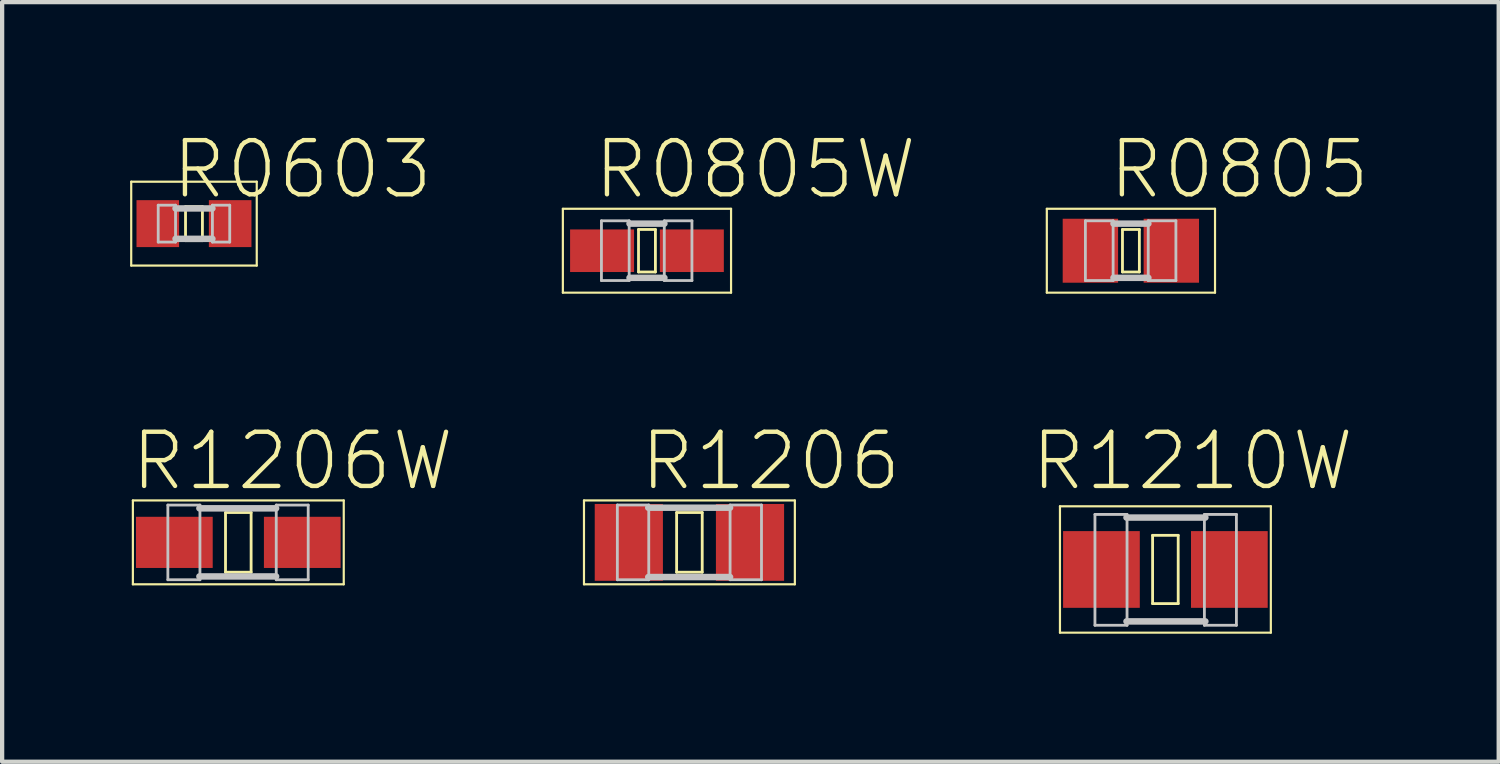
<source format=kicad_pcb>
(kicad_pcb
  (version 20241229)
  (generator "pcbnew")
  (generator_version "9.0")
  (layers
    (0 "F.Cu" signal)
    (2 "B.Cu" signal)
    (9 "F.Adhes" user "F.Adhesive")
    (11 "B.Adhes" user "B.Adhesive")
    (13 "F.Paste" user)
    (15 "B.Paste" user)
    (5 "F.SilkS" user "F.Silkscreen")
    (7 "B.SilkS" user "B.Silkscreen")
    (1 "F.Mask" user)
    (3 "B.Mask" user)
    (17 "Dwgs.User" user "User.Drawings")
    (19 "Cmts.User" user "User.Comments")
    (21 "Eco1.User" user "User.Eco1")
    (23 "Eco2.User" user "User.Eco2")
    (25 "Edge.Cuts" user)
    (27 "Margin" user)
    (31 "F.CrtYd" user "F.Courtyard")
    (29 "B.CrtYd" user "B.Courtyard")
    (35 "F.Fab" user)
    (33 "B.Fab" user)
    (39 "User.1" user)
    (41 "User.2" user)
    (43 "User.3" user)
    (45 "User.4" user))
  (footprint "R1206"
    (layer "F.Cu")
    (at 13.107 9.661)
    (property "Reference" "R1206" (at 1.905 -1.905 0) (layer "F.SilkS") (effects (font (size 1.27 1.27) (thickness 0.102))))
    (attr smd)
    (fp_line (start -2.471 -0.983) (end 2.471 -0.983) (stroke (width 0.051) (type solid)) (layer "F.SilkS"))
    (fp_line (start -2.471 0.983) (end -2.471 -0.983) (stroke (width 0.051) (type solid)) (layer "F.SilkS"))
    (fp_line (start -0.3 -0.699) (end 0.3 -0.699) (stroke (width 0.066) (type solid)) (layer "F.SilkS"))
    (fp_line (start -0.3 0.699) (end -0.3 -0.699) (stroke (width 0.066) (type solid)) (layer "F.SilkS"))
    (fp_line (start -0.3 0.699) (end 0.3 0.699) (stroke (width 0.066) (type solid)) (layer "F.SilkS"))
    (fp_line (start 0.3 0.699) (end 0.3 -0.699) (stroke (width 0.066) (type solid)) (layer "F.SilkS"))
    (fp_line (start 2.471 -0.983) (end 2.471 0.983) (stroke (width 0.051) (type solid)) (layer "F.SilkS"))
    (fp_line (start 2.471 0.983) (end -2.471 0.983) (stroke (width 0.051) (type solid)) (layer "F.SilkS"))
    (fp_line (start -1.689 -0.876) (end -0.953 -0.876) (stroke (width 0.066) (type solid)) (layer "Dwgs.User"))
    (fp_line (start -1.689 0.876) (end -1.689 -0.876) (stroke (width 0.066) (type solid)) (layer "Dwgs.User"))
    (fp_line (start -1.689 0.876) (end -0.953 0.876) (stroke (width 0.066) (type solid)) (layer "Dwgs.User"))
    (fp_line (start -0.953 0.876) (end -0.953 -0.876) (stroke (width 0.066) (type solid)) (layer "Dwgs.User"))
    (fp_line (start 0.953 -0.876) (end 1.689 -0.876) (stroke (width 0.066) (type solid)) (layer "Dwgs.User"))
    (fp_line (start 0.953 -0.813) (end -0.965 -0.813) (stroke (width 0.152) (type solid)) (layer "Dwgs.User"))
    (fp_line (start 0.953 0.813) (end -0.965 0.813) (stroke (width 0.152) (type solid)) (layer "Dwgs.User"))
    (fp_line (start 0.953 0.876) (end 0.953 -0.876) (stroke (width 0.066) (type solid)) (layer "Dwgs.User"))
    (fp_line (start 0.953 0.876) (end 1.689 0.876) (stroke (width 0.066) (type solid)) (layer "Dwgs.User"))
    (fp_line (start 1.689 0.876) (end 1.689 -0.876) (stroke (width 0.066) (type solid)) (layer "Dwgs.User"))
    (pad "1" smd rect (at -1.42 0) (size 1.598 1.801) (layers "F.Cu" "F.Mask" "F.Paste"))
    (pad "2" smd rect (at 1.42 0) (size 1.598 1.801) (layers "F.Cu" "F.Mask" "F.Paste")))
  (footprint "R0805W"
    (layer "F.Cu")
    (at 12.112 2.826)
    (property "Reference" "R0805W" (at 2.54 -1.905 0) (layer "F.SilkS") (effects (font (size 1.27 1.27) (thickness 0.102))))
    (attr smd)
    (fp_line (start -1.971 -0.983) (end 1.971 -0.983) (stroke (width 0.051) (type solid)) (layer "F.SilkS"))
    (fp_line (start -1.971 0.983) (end -1.971 -0.983) (stroke (width 0.051) (type solid)) (layer "F.SilkS"))
    (fp_line (start -0.198 -0.498) (end 0.198 -0.498) (stroke (width 0.066) (type solid)) (layer "F.SilkS"))
    (fp_line (start -0.198 0.498) (end -0.198 -0.498) (stroke (width 0.066) (type solid)) (layer "F.SilkS"))
    (fp_line (start -0.198 0.498) (end 0.198 0.498) (stroke (width 0.066) (type solid)) (layer "F.SilkS"))
    (fp_line (start 0.198 0.498) (end 0.198 -0.498) (stroke (width 0.066) (type solid)) (layer "F.SilkS"))
    (fp_line (start 1.971 -0.983) (end 1.971 0.983) (stroke (width 0.051) (type solid)) (layer "F.SilkS"))
    (fp_line (start 1.971 0.983) (end -1.971 0.983) (stroke (width 0.051) (type solid)) (layer "F.SilkS"))
    (fp_line (start -1.067 -0.701) (end -0.417 -0.701) (stroke (width 0.066) (type solid)) (layer "Dwgs.User"))
    (fp_line (start -1.067 0.699) (end -1.067 -0.701) (stroke (width 0.066) (type solid)) (layer "Dwgs.User"))
    (fp_line (start -1.067 0.699) (end -0.417 0.699) (stroke (width 0.066) (type solid)) (layer "Dwgs.User"))
    (fp_line (start -0.417 0.699) (end -0.417 -0.701) (stroke (width 0.066) (type solid)) (layer "Dwgs.User"))
    (fp_line (start -0.409 -0.635) (end 0.409 -0.635) (stroke (width 0.152) (type solid)) (layer "Dwgs.User"))
    (fp_line (start -0.409 0.635) (end 0.409 0.635) (stroke (width 0.152) (type solid)) (layer "Dwgs.User"))
    (fp_line (start 0.406 -0.701) (end 1.054 -0.701) (stroke (width 0.066) (type solid)) (layer "Dwgs.User"))
    (fp_line (start 0.406 0.699) (end 0.406 -0.701) (stroke (width 0.066) (type solid)) (layer "Dwgs.User"))
    (fp_line (start 0.406 0.699) (end 1.054 0.699) (stroke (width 0.066) (type solid)) (layer "Dwgs.User"))
    (fp_line (start 1.054 0.699) (end 1.054 -0.701) (stroke (width 0.066) (type solid)) (layer "Dwgs.User"))
    (pad "1" smd rect (at -1.052 0) (size 1.499 0.998) (layers "F.Cu" "F.Mask" "F.Paste"))
    (pad "2" smd rect (at 1.052 0) (size 1.499 0.998) (layers "F.Cu" "F.Mask" "F.Paste")))
  (footprint "R0603"
    (layer "F.Cu")
    (at 1.496 2.191)
    (property "Reference" "R0603" (at 2.54 -1.27 0) (layer "F.SilkS") (effects (font (size 1.27 1.27) (thickness 0.102))))
    (attr smd)
    (fp_line (start -1.471 -0.983) (end 1.471 -0.983) (stroke (width 0.051) (type solid)) (layer "F.SilkS"))
    (fp_line (start -1.471 0.983) (end -1.471 -0.983) (stroke (width 0.051) (type solid)) (layer "F.SilkS"))
    (fp_line (start -0.198 -0.399) (end 0.198 -0.399) (stroke (width 0.066) (type solid)) (layer "F.SilkS"))
    (fp_line (start -0.198 0.399) (end -0.198 -0.399) (stroke (width 0.066) (type solid)) (layer "F.SilkS"))
    (fp_line (start -0.198 0.399) (end 0.198 0.399) (stroke (width 0.066) (type solid)) (layer "F.SilkS"))
    (fp_line (start 0.198 0.399) (end 0.198 -0.399) (stroke (width 0.066) (type solid)) (layer "F.SilkS"))
    (fp_line (start 1.471 -0.983) (end 1.471 0.983) (stroke (width 0.051) (type solid)) (layer "F.SilkS"))
    (fp_line (start 1.471 0.983) (end -1.471 0.983) (stroke (width 0.051) (type solid)) (layer "F.SilkS"))
    (fp_line (start -0.838 -0.432) (end -0.432 -0.432) (stroke (width 0.066) (type solid)) (layer "Dwgs.User"))
    (fp_line (start -0.838 0.432) (end -0.838 -0.432) (stroke (width 0.066) (type solid)) (layer "Dwgs.User"))
    (fp_line (start -0.838 0.432) (end -0.432 0.432) (stroke (width 0.066) (type solid)) (layer "Dwgs.User"))
    (fp_line (start -0.432 0.356) (end 0.432 0.356) (stroke (width 0.152) (type solid)) (layer "Dwgs.User"))
    (fp_line (start -0.432 0.432) (end -0.432 -0.432) (stroke (width 0.066) (type solid)) (layer "Dwgs.User"))
    (fp_line (start 0.432 -0.432) (end 0.838 -0.432) (stroke (width 0.066) (type solid)) (layer "Dwgs.User"))
    (fp_line (start 0.432 -0.356) (end -0.432 -0.356) (stroke (width 0.152) (type solid)) (layer "Dwgs.User"))
    (fp_line (start 0.432 0.432) (end 0.432 -0.432) (stroke (width 0.066) (type solid)) (layer "Dwgs.User"))
    (fp_line (start 0.432 0.432) (end 0.838 0.432) (stroke (width 0.066) (type solid)) (layer "Dwgs.User"))
    (fp_line (start 0.838 0.432) (end 0.838 -0.432) (stroke (width 0.066) (type solid)) (layer "Dwgs.User"))
    (pad "1" smd rect (at -0.848 0) (size 0.998 1.1) (layers "F.Cu" "F.Mask" "F.Paste"))
    (pad "2" smd rect (at 0.848 0) (size 0.998 1.1) (layers "F.Cu" "F.Mask" "F.Paste")))
  (footprint "R0805"
    (layer "F.Cu")
    (at 23.454 2.826)
    (property "Reference" "R0805" (at 2.54 -1.905 0) (layer "F.SilkS") (effects (font (size 1.27 1.27) (thickness 0.102))))
    (attr smd)
    (fp_line (start -1.971 -0.983) (end 1.971 -0.983) (stroke (width 0.051) (type solid)) (layer "F.SilkS"))
    (fp_line (start -1.971 0.983) (end -1.971 -0.983) (stroke (width 0.051) (type solid)) (layer "F.SilkS"))
    (fp_line (start -0.198 -0.498) (end 0.198 -0.498) (stroke (width 0.066) (type solid)) (layer "F.SilkS"))
    (fp_line (start -0.198 0.498) (end -0.198 -0.498) (stroke (width 0.066) (type solid)) (layer "F.SilkS"))
    (fp_line (start -0.198 0.498) (end 0.198 0.498) (stroke (width 0.066) (type solid)) (layer "F.SilkS"))
    (fp_line (start 0.198 0.498) (end 0.198 -0.498) (stroke (width 0.066) (type solid)) (layer "F.SilkS"))
    (fp_line (start 1.971 -0.983) (end 1.971 0.983) (stroke (width 0.051) (type solid)) (layer "F.SilkS"))
    (fp_line (start 1.971 0.983) (end -1.971 0.983) (stroke (width 0.051) (type solid)) (layer "F.SilkS"))
    (fp_line (start -1.067 -0.701) (end -0.417 -0.701) (stroke (width 0.066) (type solid)) (layer "Dwgs.User"))
    (fp_line (start -1.067 0.699) (end -1.067 -0.701) (stroke (width 0.066) (type solid)) (layer "Dwgs.User"))
    (fp_line (start -1.067 0.699) (end -0.417 0.699) (stroke (width 0.066) (type solid)) (layer "Dwgs.User"))
    (fp_line (start -0.417 0.699) (end -0.417 -0.701) (stroke (width 0.066) (type solid)) (layer "Dwgs.User"))
    (fp_line (start -0.409 -0.635) (end 0.409 -0.635) (stroke (width 0.152) (type solid)) (layer "Dwgs.User"))
    (fp_line (start -0.409 0.635) (end 0.409 0.635) (stroke (width 0.152) (type solid)) (layer "Dwgs.User"))
    (fp_line (start 0.406 -0.701) (end 1.054 -0.701) (stroke (width 0.066) (type solid)) (layer "Dwgs.User"))
    (fp_line (start 0.406 0.699) (end 0.406 -0.701) (stroke (width 0.066) (type solid)) (layer "Dwgs.User"))
    (fp_line (start 0.406 0.699) (end 1.054 0.699) (stroke (width 0.066) (type solid)) (layer "Dwgs.User"))
    (fp_line (start 1.054 0.699) (end 1.054 -0.701) (stroke (width 0.066) (type solid)) (layer "Dwgs.User"))
    (pad "1" smd rect (at -0.95 0) (size 1.298 1.499) (layers "F.Cu" "F.Mask" "F.Paste"))
    (pad "2" smd rect (at 0.947 0) (size 1.298 1.499) (layers "F.Cu" "F.Mask" "F.Paste")))
  (footprint "R1210W"
    (layer "F.Cu")
    (at 24.262 10.296)
    (property "Reference" "R1210W" (at 0.635 -2.54 0) (layer "F.SilkS") (effects (font (size 1.27 1.27) (thickness 0.102))))
    (attr smd)
    (fp_line (start -2.471 -1.481) (end 2.471 -1.481) (stroke (width 0.051) (type solid)) (layer "F.SilkS"))
    (fp_line (start -2.471 1.481) (end -2.471 -1.481) (stroke (width 0.051) (type solid)) (layer "F.SilkS"))
    (fp_line (start -0.3 -0.8) (end 0.3 -0.8) (stroke (width 0.066) (type solid)) (layer "F.SilkS"))
    (fp_line (start -0.3 0.8) (end -0.3 -0.8) (stroke (width 0.066) (type solid)) (layer "F.SilkS"))
    (fp_line (start -0.3 0.8) (end 0.3 0.8) (stroke (width 0.066) (type solid)) (layer "F.SilkS"))
    (fp_line (start 0.3 0.8) (end 0.3 -0.8) (stroke (width 0.066) (type solid)) (layer "F.SilkS"))
    (fp_line (start 2.471 -1.481) (end 2.471 1.481) (stroke (width 0.051) (type solid)) (layer "F.SilkS"))
    (fp_line (start 2.471 1.481) (end -2.471 1.481) (stroke (width 0.051) (type solid)) (layer "F.SilkS"))
    (fp_line (start -1.651 -1.29) (end -0.899 -1.29) (stroke (width 0.066) (type solid)) (layer "Dwgs.User"))
    (fp_line (start -1.651 1.308) (end -1.651 -1.29) (stroke (width 0.066) (type solid)) (layer "Dwgs.User"))
    (fp_line (start -1.651 1.308) (end -0.899 1.308) (stroke (width 0.066) (type solid)) (layer "Dwgs.User"))
    (fp_line (start -0.912 -1.217) (end 0.937 -1.217) (stroke (width 0.152) (type solid)) (layer "Dwgs.User"))
    (fp_line (start -0.912 1.217) (end 0.937 1.217) (stroke (width 0.152) (type solid)) (layer "Dwgs.User"))
    (fp_line (start -0.899 1.308) (end -0.899 -1.29) (stroke (width 0.066) (type solid)) (layer "Dwgs.User"))
    (fp_line (start 0.914 -1.29) (end 1.664 -1.29) (stroke (width 0.066) (type solid)) (layer "Dwgs.User"))
    (fp_line (start 0.914 1.308) (end 0.914 -1.29) (stroke (width 0.066) (type solid)) (layer "Dwgs.User"))
    (fp_line (start 0.914 1.308) (end 1.664 1.308) (stroke (width 0.066) (type solid)) (layer "Dwgs.User"))
    (fp_line (start 1.664 1.308) (end 1.664 -1.29) (stroke (width 0.066) (type solid)) (layer "Dwgs.User"))
    (pad "1" smd rect (at -1.499 0) (size 1.798 1.798) (layers "F.Cu" "F.Mask" "F.Paste"))
    (pad "2" smd rect (at 1.499 0) (size 1.798 1.798) (layers "F.Cu" "F.Mask" "F.Paste")))
  (footprint "R1206W"
    (layer "F.Cu")
    (at 2.535 9.661)
    (property "Reference" "R1206W" (at 1.27 -1.905 0) (layer "F.SilkS") (effects (font (size 1.27 1.27) (thickness 0.102))))
    (attr smd)
    (fp_line (start -2.471 -0.983) (end 2.471 -0.983) (stroke (width 0.051) (type solid)) (layer "F.SilkS"))
    (fp_line (start -2.471 0.983) (end -2.471 -0.983) (stroke (width 0.051) (type solid)) (layer "F.SilkS"))
    (fp_line (start -0.3 -0.699) (end 0.3 -0.699) (stroke (width 0.066) (type solid)) (layer "F.SilkS"))
    (fp_line (start -0.3 0.699) (end -0.3 -0.699) (stroke (width 0.066) (type solid)) (layer "F.SilkS"))
    (fp_line (start -0.3 0.699) (end 0.3 0.699) (stroke (width 0.066) (type solid)) (layer "F.SilkS"))
    (fp_line (start 0.3 0.699) (end 0.3 -0.699) (stroke (width 0.066) (type solid)) (layer "F.SilkS"))
    (fp_line (start 2.471 -0.983) (end 2.471 0.983) (stroke (width 0.051) (type solid)) (layer "F.SilkS"))
    (fp_line (start 2.471 0.983) (end -2.471 0.983) (stroke (width 0.051) (type solid)) (layer "F.SilkS"))
    (fp_line (start -1.651 -0.874) (end -0.899 -0.874) (stroke (width 0.066) (type solid)) (layer "Dwgs.User"))
    (fp_line (start -1.651 0.876) (end -1.651 -0.874) (stroke (width 0.066) (type solid)) (layer "Dwgs.User"))
    (fp_line (start -1.651 0.876) (end -0.899 0.876) (stroke (width 0.066) (type solid)) (layer "Dwgs.User"))
    (fp_line (start -0.912 -0.798) (end 0.886 -0.798) (stroke (width 0.152) (type solid)) (layer "Dwgs.User"))
    (fp_line (start -0.912 0.798) (end 0.886 0.798) (stroke (width 0.152) (type solid)) (layer "Dwgs.User"))
    (fp_line (start -0.899 0.876) (end -0.899 -0.874) (stroke (width 0.066) (type solid)) (layer "Dwgs.User"))
    (fp_line (start 0.889 -0.874) (end 1.638 -0.874) (stroke (width 0.066) (type solid)) (layer "Dwgs.User"))
    (fp_line (start 0.889 0.876) (end 0.889 -0.874) (stroke (width 0.066) (type solid)) (layer "Dwgs.User"))
    (fp_line (start 0.889 0.876) (end 1.638 0.876) (stroke (width 0.066) (type solid)) (layer "Dwgs.User"))
    (fp_line (start 1.638 0.876) (end 1.638 -0.874) (stroke (width 0.066) (type solid)) (layer "Dwgs.User"))
    (pad "1" smd rect (at -1.499 0) (size 1.798 1.199) (layers "F.Cu" "F.Mask" "F.Paste"))
    (pad "2" smd rect (at 1.499 0) (size 1.798 1.199) (layers "F.Cu" "F.Mask" "F.Paste")))
  (gr_rect
    (start -3 -3)
    (end 32.073 14.802)
    (stroke (width 0.1) (type default))
    (fill no)
    (layer "Edge.Cuts")))
</source>
